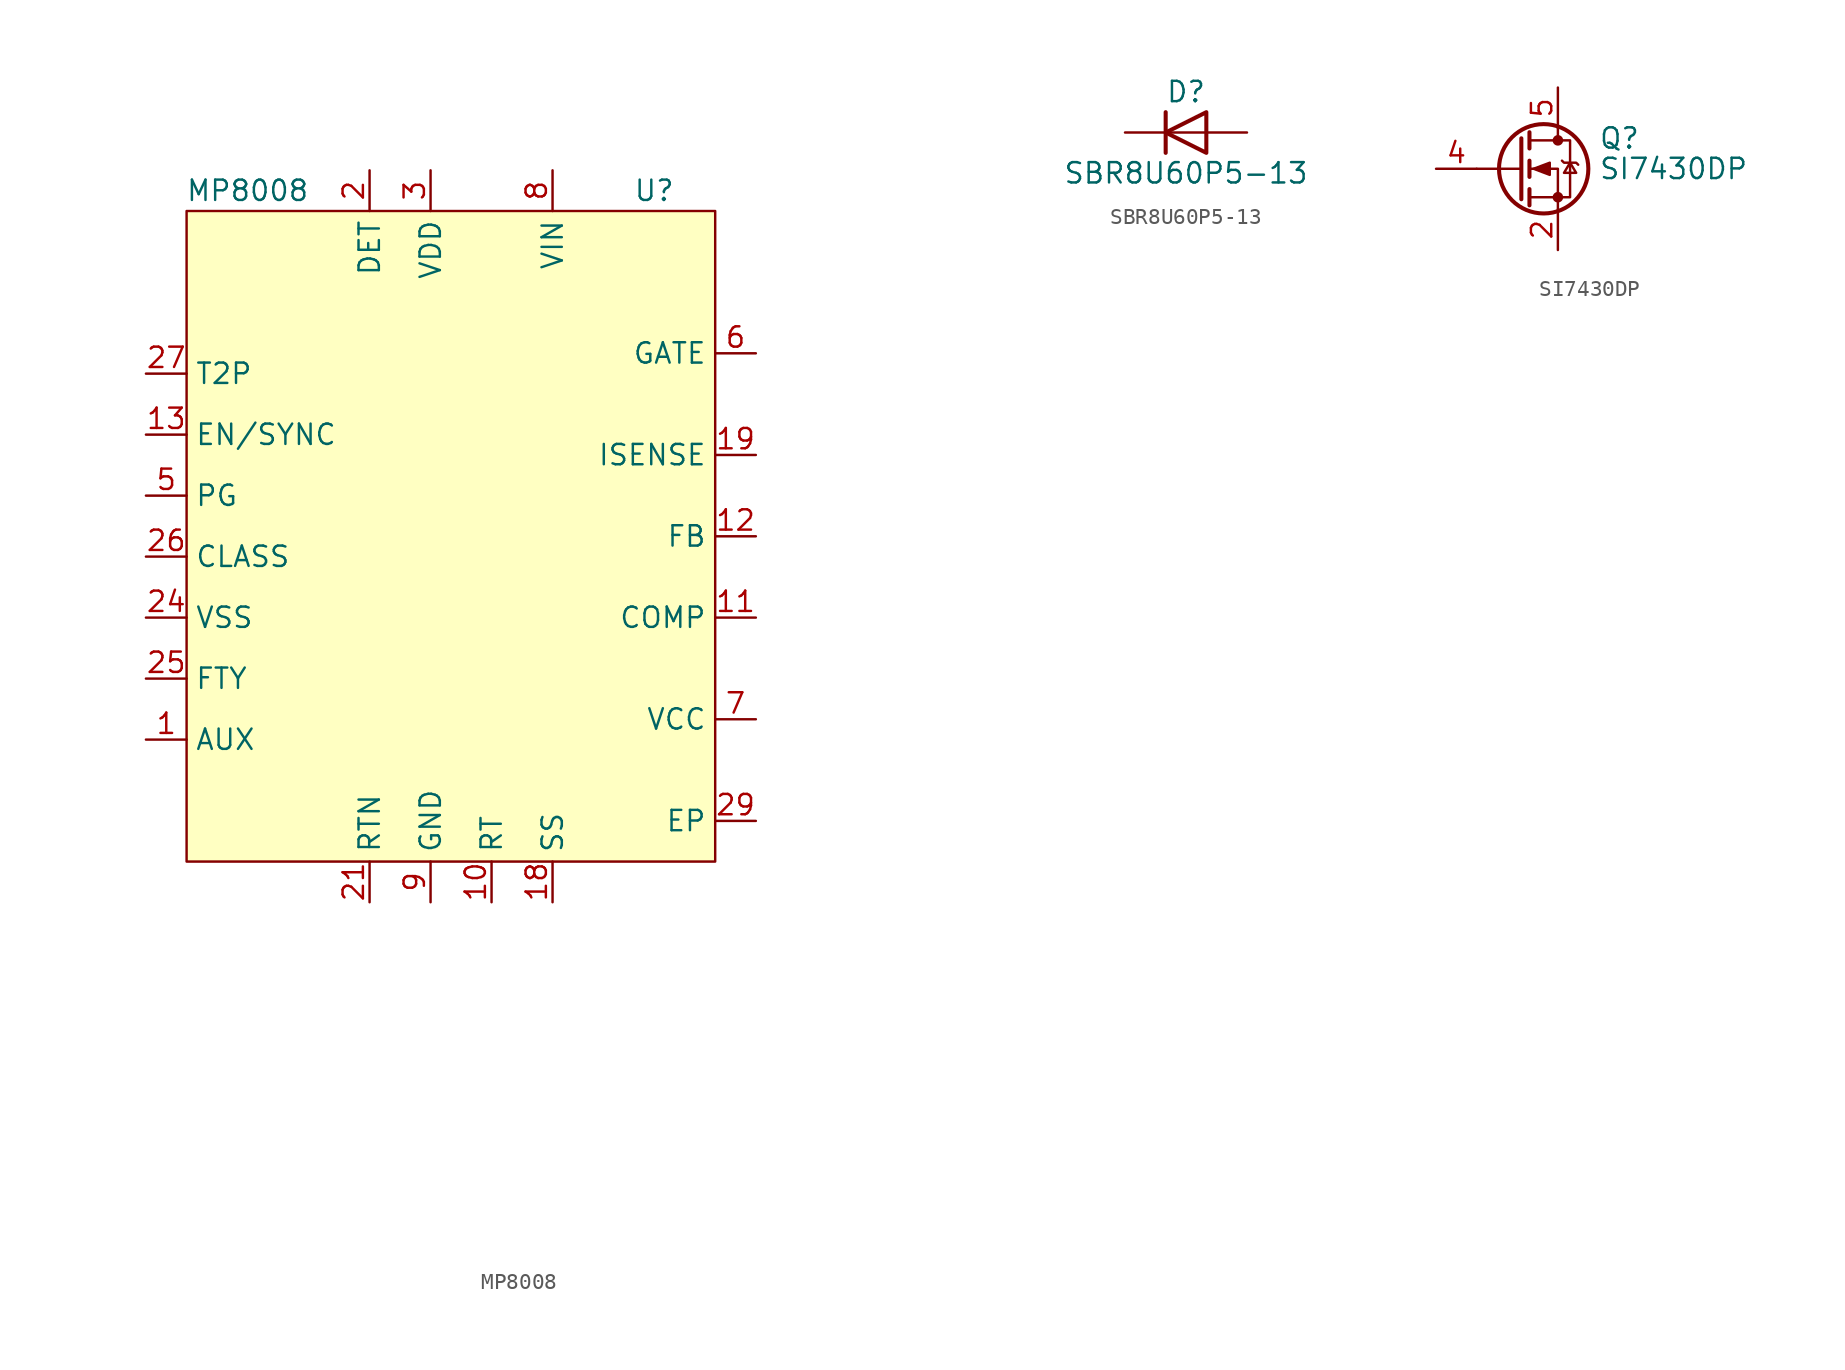
<source format=kicad_sym>
(kicad_symbol_lib
  (version 20211014)
  (generator kicad_symbol_editor)
  (symbol "MP8008"
    (property "Reference" "U"
      (at 13.97 20.32 0)
      (effects (font (size 1.27 1.27))))
    (property "Value" "MP8008"
      (at -11.43 20.32 0)
      (effects (font (size 1.27 1.27))))
    (symbol "MP8008_0_1"
      (rectangle (start -15.24 19.05) (end 17.78 -21.59) (stroke (width 0.152) (type default) (color 0 0 0 0)) (fill (type background))))
    (symbol "MP8008_1_1"
      (pin input line (at -17.78 -13.97 0) (length 2.54) (name "AUX" (effects (font (size 1.27 1.27)))) (number "1" (effects (font (size 1.27 1.27)))))
      (pin input line (at 3.81 -24.13 90) (length 2.54) (name "RT" (effects (font (size 1.27 1.27)))) (number "10" (effects (font (size 1.27 1.27)))))
      (pin input line (at 20.32 -6.35 180) (length 2.54) (name "COMP" (effects (font (size 1.27 1.27)))) (number "11" (effects (font (size 1.27 1.27)))))
      (pin input line (at 20.32 -1.27 180) (length 2.54) (name "FB" (effects (font (size 1.27 1.27)))) (number "12" (effects (font (size 1.27 1.27)))))
      (pin input line (at -17.78 5.08 0) (length 2.54) (name "EN/SYNC" (effects (font (size 1.27 1.27)))) (number "13" (effects (font (size 1.27 1.27)))))
      (pin no_connect line (at 29.21 -27.94 180) (length 2.54) hide (name "NC" (effects (font (size 1.27 1.27)))) (number "14" (effects (font (size 1.27 1.27)))))
      (pin no_connect line (at 29.21 -30.48 180) (length 2.54) hide (name "NC" (effects (font (size 1.27 1.27)))) (number "15" (effects (font (size 1.27 1.27)))))
      (pin no_connect line (at 29.21 -33.02 180) (length 2.54) hide (name "NC" (effects (font (size 1.27 1.27)))) (number "16" (effects (font (size 1.27 1.27)))))
      (pin no_connect line (at 29.21 -35.56 180) (length 2.54) hide (name "NC" (effects (font (size 1.27 1.27)))) (number "17" (effects (font (size 1.27 1.27)))))
      (pin input line (at 7.62 -24.13 90) (length 2.54) (name "SS" (effects (font (size 1.27 1.27)))) (number "18" (effects (font (size 1.27 1.27)))))
      (pin input line (at 20.32 3.81 180) (length 2.54) (name "ISENSE" (effects (font (size 1.27 1.27)))) (number "19" (effects (font (size 1.27 1.27)))))
      (pin input line (at -3.81 21.59 270) (length 2.54) (name "DET" (effects (font (size 1.27 1.27)))) (number "2" (effects (font (size 1.27 1.27)))))
      (pin input line (at -3.81 -24.13 90) (length 2.54) hide (name "RTN" (effects (font (size 1.27 1.27)))) (number "20" (effects (font (size 1.27 1.27)))))
      (pin input line (at -3.81 -24.13 90) (length 2.54) (name "RTN" (effects (font (size 1.27 1.27)))) (number "21" (effects (font (size 1.27 1.27)))))
      (pin no_connect line (at 29.21 -38.1 180) (length 2.54) hide (name "NC" (effects (font (size 1.27 1.27)))) (number "22" (effects (font (size 1.27 1.27)))))
      (pin input line (at -17.78 -6.35 0) (length 2.54) hide (name "VSS" (effects (font (size 1.27 1.27)))) (number "23" (effects (font (size 1.27 1.27)))))
      (pin input line (at -17.78 -6.35 0) (length 2.54) (name "VSS" (effects (font (size 1.27 1.27)))) (number "24" (effects (font (size 1.27 1.27)))))
      (pin input line (at -17.78 -10.16 0) (length 2.54) (name "FTY" (effects (font (size 1.27 1.27)))) (number "25" (effects (font (size 1.27 1.27)))))
      (pin input line (at -17.78 -2.54 0) (length 2.54) (name "CLASS" (effects (font (size 1.27 1.27)))) (number "26" (effects (font (size 1.27 1.27)))))
      (pin input line (at -17.78 8.89 0) (length 2.54) (name "T2P" (effects (font (size 1.27 1.27)))) (number "27" (effects (font (size 1.27 1.27)))))
      (pin no_connect line (at 29.21 -40.64 180) (length 2.54) hide (name "NC" (effects (font (size 1.27 1.27)))) (number "28" (effects (font (size 1.27 1.27)))))
      (pin input line (at 20.32 -19.05 180) (length 2.54) (name "EP" (effects (font (size 1.27 1.27)))) (number "29" (effects (font (size 1.27 1.27)))))
      (pin input line (at 0 21.59 270) (length 2.54) (name "VDD" (effects (font (size 1.27 1.27)))) (number "3" (effects (font (size 1.27 1.27)))))
      (pin no_connect line (at 29.21 -25.4 180) (length 2.54) hide (name "NC" (effects (font (size 1.27 1.27)))) (number "4" (effects (font (size 1.27 1.27)))))
      (pin input line (at -17.78 1.27 0) (length 2.54) (name "PG" (effects (font (size 1.27 1.27)))) (number "5" (effects (font (size 1.27 1.27)))))
      (pin input line (at 20.32 10.16 180) (length 2.54) (name "GATE" (effects (font (size 1.27 1.27)))) (number "6" (effects (font (size 1.27 1.27)))))
      (pin input line (at 20.32 -12.7 180) (length 2.54) (name "VCC" (effects (font (size 1.27 1.27)))) (number "7" (effects (font (size 1.27 1.27)))))
      (pin input line (at 7.62 21.59 270) (length 2.54) (name "VIN" (effects (font (size 1.27 1.27)))) (number "8" (effects (font (size 1.27 1.27)))))
      (pin input line (at 0 -24.13 90) (length 2.54) (name "GND" (effects (font (size 1.27 1.27)))) (number "9" (effects (font (size 1.27 1.27)))))))
  (symbol "SBR8U60P5-13"
    (pin_numbers hide)
    (pin_names
      (offset 1.016) hide)
    (property "Reference" "D"
      (at 0 2.54 0)
      (effects (font (size 1.27 1.27))))
    (property "Value" "SBR8U60P5-13"
      (at 0 -2.54 0)
      (effects (font (size 1.27 1.27))))
    (symbol "SBR8U60P5-13_0_1"
      (polyline (pts (xy -1.27 1.27) (xy -1.27 -1.27)) (stroke (width 0.254) (type default) (color 0 0 0 0)) (fill (type none)))
      (polyline (pts (xy 1.27 0) (xy -1.27 0)) (stroke (width 0) (type default) (color 0 0 0 0)) (fill (type none)))
      (polyline (pts (xy 1.27 1.27) (xy 1.27 -1.27) (xy -1.27 0) (xy 1.27 1.27)) (stroke (width 0.254) (type default) (color 0 0 0 0)) (fill (type none))))
    (symbol "SBR8U60P5-13_1_1"
      (pin passive line (at -3.81 0 0) (length 2.54) (name "K" (effects (font (size 1.27 1.27)))) (number "1" (effects (font (size 1.27 1.27)))))
      (pin passive line (at 3.81 0 180) (length 2.54) (name "A" (effects (font (size 1.27 1.27)))) (number "2" (effects (font (size 1.27 1.27)))))
      (pin passive line (at 3.81 0 180) (length 2.54) hide (name "A" (effects (font (size 1.27 1.27)))) (number "3" (effects (font (size 1.27 1.27)))))))
  (symbol "SI7430DP"
    (pin_names hide)
    (property "Reference" "Q"
      (at 5.08 1.905 0)
      (effects (font (size 1.27 1.27)) (justify left)))
    (property "Value" "SI7430DP"
      (at 5.08 0 0)
      (effects (font (size 1.27 1.27)) (justify left)))
    (symbol "SI7430DP_0_1"
      (polyline (pts (xy 0.254 0) (xy -2.54 0)) (stroke (width 0) (type default) (color 0 0 0 0)) (fill (type none)))
      (polyline (pts (xy 0.254 1.905) (xy 0.254 -1.905)) (stroke (width 0.254) (type default) (color 0 0 0 0)) (fill (type none)))
      (polyline (pts (xy 0.762 -1.27) (xy 0.762 -2.286)) (stroke (width 0.254) (type default) (color 0 0 0 0)) (fill (type none)))
      (polyline (pts (xy 0.762 0.508) (xy 0.762 -0.508)) (stroke (width 0.254) (type default) (color 0 0 0 0)) (fill (type none)))
      (polyline (pts (xy 0.762 2.286) (xy 0.762 1.27)) (stroke (width 0.254) (type default) (color 0 0 0 0)) (fill (type none)))
      (polyline (pts (xy 2.54 2.54) (xy 2.54 1.778)) (stroke (width 0) (type default) (color 0 0 0 0)) (fill (type none)))
      (polyline (pts (xy 2.54 -2.54) (xy 2.54 0) (xy 0.762 0)) (stroke (width 0) (type default) (color 0 0 0 0)) (fill (type none)))
      (polyline (pts (xy 0.762 -1.778) (xy 3.302 -1.778) (xy 3.302 1.778) (xy 0.762 1.778)) (stroke (width 0) (type default) (color 0 0 0 0)) (fill (type none)))
      (polyline (pts (xy 1.016 0) (xy 2.032 0.381) (xy 2.032 -0.381) (xy 1.016 0)) (stroke (width 0) (type default) (color 0 0 0 0)) (fill (type outline)))
      (polyline (pts (xy 2.794 0.508) (xy 2.921 0.381) (xy 3.683 0.381) (xy 3.81 0.254)) (stroke (width 0) (type default) (color 0 0 0 0)) (fill (type none)))
      (polyline (pts (xy 3.302 0.381) (xy 2.921 -0.254) (xy 3.683 -0.254) (xy 3.302 0.381)) (stroke (width 0) (type default) (color 0 0 0 0)) (fill (type none)))
      (circle (center 1.651 0) (radius 2.794) (stroke (width 0.254) (type default) (color 0 0 0 0)) (fill (type none)))
      (circle (center 2.54 -1.778) (radius 0.254) (stroke (width 0) (type default) (color 0 0 0 0)) (fill (type outline)))
      (circle (center 2.54 1.778) (radius 0.254) (stroke (width 0) (type default) (color 0 0 0 0)) (fill (type outline))))
    (symbol "SI7430DP_1_1"
      (pin output line (at 2.54 -5.08 90) (length 2.54) hide (name "S" (effects (font (size 1.27 1.27)))) (number "1" (effects (font (size 1.27 1.27)))))
      (pin passive line (at 2.54 -5.08 90) (length 2.54) (name "S" (effects (font (size 1.27 1.27)))) (number "2" (effects (font (size 1.27 1.27)))))
      (pin output line (at 2.54 -5.08 90) (length 2.54) hide (name "S" (effects (font (size 1.27 1.27)))) (number "3" (effects (font (size 1.27 1.27)))))
      (pin input line (at -5.08 0 0) (length 2.54) (name "G" (effects (font (size 1.27 1.27)))) (number "4" (effects (font (size 1.27 1.27)))))
      (pin passive line (at 2.54 5.08 270) (length 2.54) (name "D" (effects (font (size 1.27 1.27)))) (number "5" (effects (font (size 1.27 1.27))))))))
</source>
